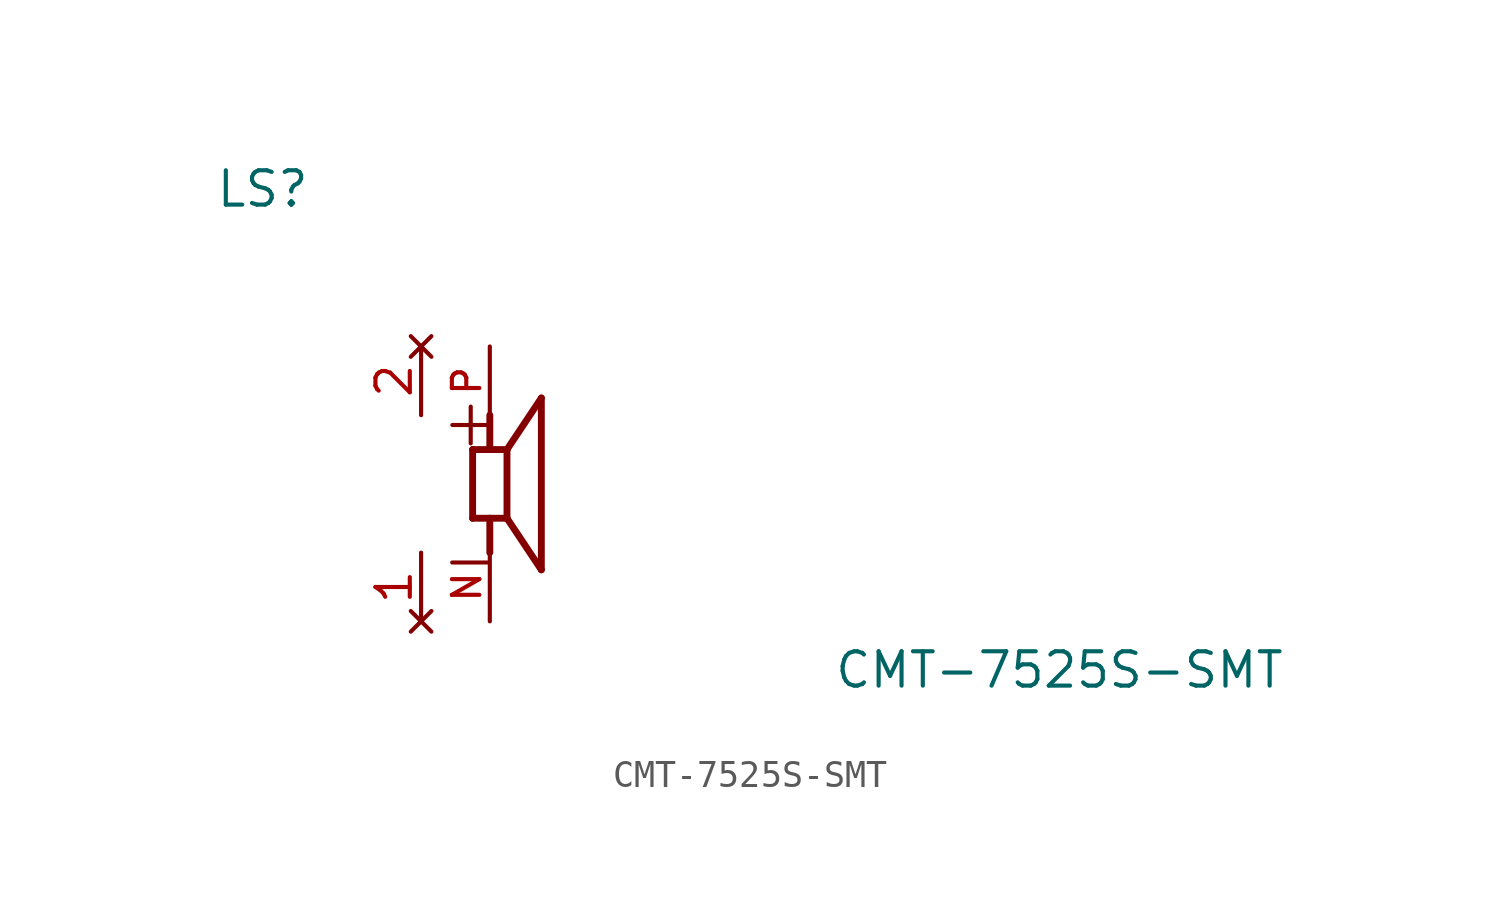
<source format=kicad_sym>
(kicad_symbol_lib
  (version 20220914)
  (generator kicad_symbol_editor)
  (symbol "CMT-7525S-SMT"
    (pin_names
      (offset 1.016))
    (property "Reference" "LS"
      (at -10.16 10.16 0)
      (effects (font (size 1.27 1.27)) (justify left bottom)))
    (property "Value" "CMT-7525S-SMT"
      (at 12.7 -7.62 0)
      (effects (font (size 1.27 1.27)) (justify left bottom)))
    (symbol "CMT-7525S-SMT_0_0"
      (polyline (pts (xy -0.635 -1.27) (xy -0.635 1.27)) (stroke (width 0.254) (type default)) (fill (type none)))
      (polyline (pts (xy -0.635 1.27) (xy 0 1.27)) (stroke (width 0.254) (type default)) (fill (type none)))
      (polyline (pts (xy 0 -1.27) (xy -0.635 -1.27)) (stroke (width 0.254) (type default)) (fill (type none)))
      (polyline (pts (xy 0 -1.27) (xy 0 -2.54)) (stroke (width 0.254) (type default)) (fill (type none)))
      (polyline (pts (xy 0 1.27) (xy 0 2.54)) (stroke (width 0.254) (type default)) (fill (type none)))
      (polyline (pts (xy 0 1.27) (xy 0.635 1.27)) (stroke (width 0.254) (type default)) (fill (type none)))
      (polyline (pts (xy 0.635 -1.27) (xy 0 -1.27)) (stroke (width 0.254) (type default)) (fill (type none)))
      (polyline (pts (xy 0.635 1.27) (xy 0.635 -1.27)) (stroke (width 0.254) (type default)) (fill (type none)))
      (polyline (pts (xy 0.635 1.27) (xy 1.905 3.175)) (stroke (width 0.254) (type default)) (fill (type none)))
      (polyline (pts (xy 1.905 -3.175) (xy 0.635 -1.27)) (stroke (width 0.254) (type default)) (fill (type none)))
      (polyline (pts (xy 1.905 3.175) (xy 1.905 -3.175)) (stroke (width 0.254) (type default)) (fill (type none)))
      (text "+" (at -1.909 1.273 0) (effects (font (size 1.782 1.782)) (justify left bottom)))
      (text "-" (at -1.915 -3.813 0) (effects (font (size 1.788 1.788)) (justify left bottom)))
      (pin passive line (at 0 -5.08 90) (length 2.54) (name "~" (effects (font (size 1.016 1.016)))) (number "N" (effects (font (size 1.016 1.016)))))
      (pin passive line (at 0 5.08 270) (length 2.54) (name "~" (effects (font (size 1.016 1.016)))) (number "P" (effects (font (size 1.016 1.016))))))
    (symbol "CMT-7525S-SMT_1_1"
      (pin no_connect line (at -2.54 -5.08 90) (length 2.54) (name "" (effects (font (size 1.27 1.27)))) (number "1" (effects (font (size 1.27 1.27)))))
      (pin no_connect line (at -2.54 5.08 270) (length 2.54) (name "" (effects (font (size 1.27 1.27)))) (number "2" (effects (font (size 1.27 1.27))))))))
</source>
